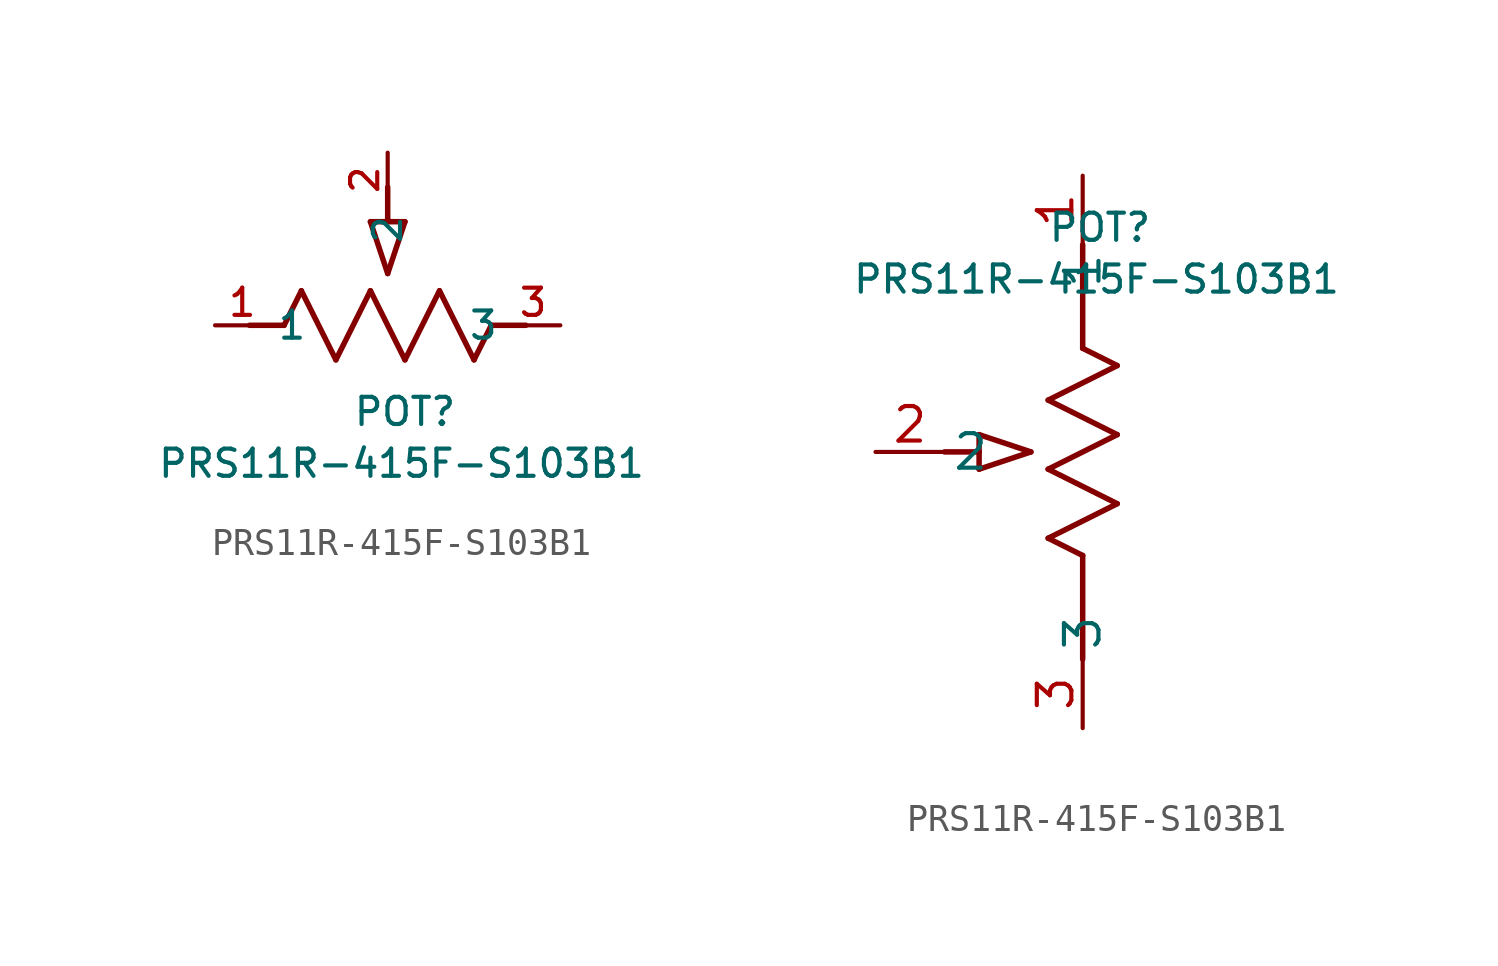
<source format=kicad_sym>
(kicad_symbol_lib
  (version 20231120)
  (generator "kicad_symbol_editor")
  (generator_version "8.0")
  (symbol "PRS11R-415F-S103B1"
    (pin_names
      (offset 0.254))
    (property "Reference" "POT"
      (at 0.635 -1.905 0)
      (effects (font (size 1 1))))
    (property "Value" "PRS11R-415F-S103B1"
      (at 0.508 -3.81 0)
      (effects (font (size 1 1))))
    (property "ki_locked" ""
      (at 0 0 0)
      (effects (font (size 1.27 1.27))))
    (symbol "PRS11R-415F-S103B1_1_1"
      (polyline (pts (xy -5.08 1.27) (xy -3.81 1.27)) (stroke (width 0.203) (type default)) (fill (type none)))
      (polyline (pts (xy -3.81 1.27) (xy -3.175 2.54)) (stroke (width 0.203) (type default)) (fill (type none)))
      (polyline (pts (xy -3.175 2.54) (xy -1.905 0)) (stroke (width 0.203) (type default)) (fill (type none)))
      (polyline (pts (xy -1.905 0) (xy -0.635 2.54)) (stroke (width 0.203) (type default)) (fill (type none)))
      (polyline (pts (xy -0.635 2.54) (xy 0.635 0)) (stroke (width 0.203) (type default)) (fill (type none)))
      (polyline (pts (xy -0.635 5.08) (xy 0 3.175)) (stroke (width 0.203) (type default)) (fill (type none)))
      (polyline (pts (xy -0.635 5.08) (xy 0.635 5.08)) (stroke (width 0.203) (type default)) (fill (type none)))
      (polyline (pts (xy 0 5.08) (xy 0 6.35)) (stroke (width 0.203) (type default)) (fill (type none)))
      (polyline (pts (xy 0.635 0) (xy 1.905 2.54)) (stroke (width 0.203) (type default)) (fill (type none)))
      (polyline (pts (xy 0.635 5.08) (xy 0 3.175)) (stroke (width 0.203) (type default)) (fill (type none)))
      (polyline (pts (xy 1.905 2.54) (xy 3.175 0)) (stroke (width 0.203) (type default)) (fill (type none)))
      (polyline (pts (xy 3.175 0) (xy 3.81 1.27)) (stroke (width 0.203) (type default)) (fill (type none)))
      (polyline (pts (xy 3.81 1.27) (xy 5.08 1.27)) (stroke (width 0.203) (type default)) (fill (type none)))
      (pin passive line (at -6.35 1.27 0) (length 2) (name "1" (effects (font (size 1 1)))) (number "1" (effects (font (size 1 1)))))
      (pin passive line (at 0 7.62 270) (length 2) (name "2" (effects (font (size 1 1)))) (number "2" (effects (font (size 1 1)))))
      (pin passive line (at 6.35 1.27 180) (length 2) (name "3" (effects (font (size 1 1)))) (number "3" (effects (font (size 1 1))))))
    (symbol "PRS11R-415F-S103B1_1_2"
      (polyline (pts (xy -3.81 -10.795) (xy -3.81 -9.525)) (stroke (width 0.203) (type default)) (fill (type none)))
      (polyline (pts (xy -3.81 -10.795) (xy -1.905 -10.16)) (stroke (width 0.203) (type default)) (fill (type none)))
      (polyline (pts (xy -3.81 -10.16) (xy -5.08 -10.16)) (stroke (width 0.203) (type default)) (fill (type none)))
      (polyline (pts (xy -3.81 -9.525) (xy -1.905 -10.16)) (stroke (width 0.203) (type default)) (fill (type none)))
      (polyline (pts (xy -1.27 -13.335) (xy 1.27 -12.065)) (stroke (width 0.203) (type default)) (fill (type none)))
      (polyline (pts (xy -1.27 -10.795) (xy 1.27 -9.525)) (stroke (width 0.203) (type default)) (fill (type none)))
      (polyline (pts (xy -1.27 -8.255) (xy 1.27 -6.985)) (stroke (width 0.203) (type default)) (fill (type none)))
      (polyline (pts (xy 0 -17.78) (xy 0 -13.97)) (stroke (width 0.203) (type default)) (fill (type none)))
      (polyline (pts (xy 0 -13.97) (xy -1.27 -13.335)) (stroke (width 0.203) (type default)) (fill (type none)))
      (polyline (pts (xy 0 -6.35) (xy 0 -2.54)) (stroke (width 0.203) (type default)) (fill (type none)))
      (polyline (pts (xy 1.27 -12.065) (xy -1.27 -10.795)) (stroke (width 0.203) (type default)) (fill (type none)))
      (polyline (pts (xy 1.27 -9.525) (xy -1.27 -8.255)) (stroke (width 0.203) (type default)) (fill (type none)))
      (polyline (pts (xy 1.27 -6.985) (xy 0 -6.35)) (stroke (width 0.203) (type default)) (fill (type none)))
      (pin unspecified line (at 0 0 270) (length 2.54) (name "1" (effects (font (size 1.27 1.27)))) (number "1" (effects (font (size 1.27 1.27)))))
      (pin unspecified line (at -7.62 -10.16 0) (length 2.54) (name "2" (effects (font (size 1.27 1.27)))) (number "2" (effects (font (size 1.27 1.27)))))
      (pin unspecified line (at 0 -20.32 90) (length 2.54) (name "3" (effects (font (size 1.27 1.27)))) (number "3" (effects (font (size 1.27 1.27))))))))
</source>
